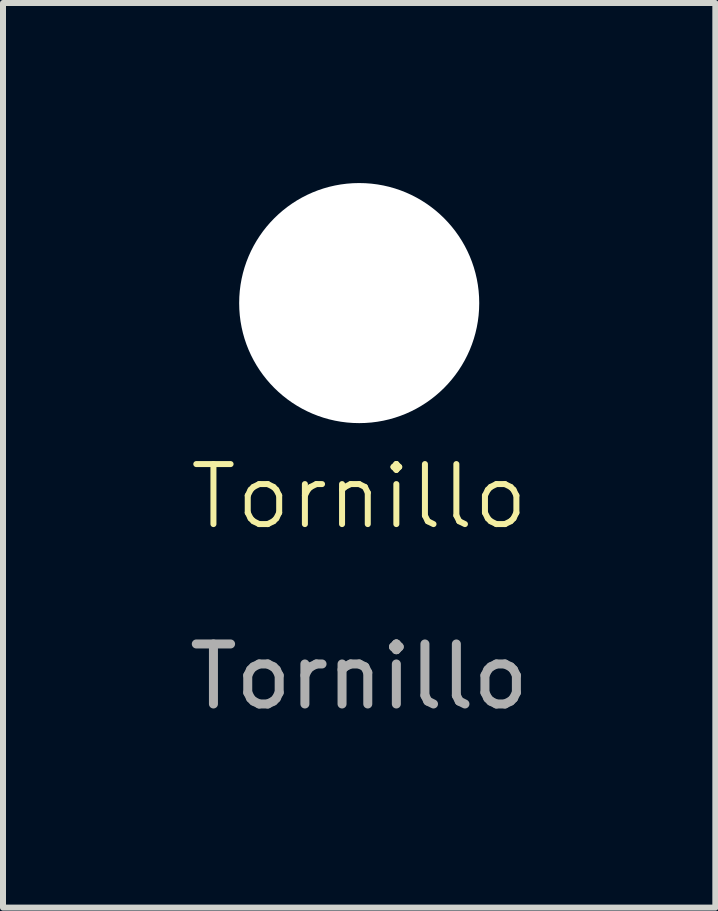
<source format=kicad_pcb>
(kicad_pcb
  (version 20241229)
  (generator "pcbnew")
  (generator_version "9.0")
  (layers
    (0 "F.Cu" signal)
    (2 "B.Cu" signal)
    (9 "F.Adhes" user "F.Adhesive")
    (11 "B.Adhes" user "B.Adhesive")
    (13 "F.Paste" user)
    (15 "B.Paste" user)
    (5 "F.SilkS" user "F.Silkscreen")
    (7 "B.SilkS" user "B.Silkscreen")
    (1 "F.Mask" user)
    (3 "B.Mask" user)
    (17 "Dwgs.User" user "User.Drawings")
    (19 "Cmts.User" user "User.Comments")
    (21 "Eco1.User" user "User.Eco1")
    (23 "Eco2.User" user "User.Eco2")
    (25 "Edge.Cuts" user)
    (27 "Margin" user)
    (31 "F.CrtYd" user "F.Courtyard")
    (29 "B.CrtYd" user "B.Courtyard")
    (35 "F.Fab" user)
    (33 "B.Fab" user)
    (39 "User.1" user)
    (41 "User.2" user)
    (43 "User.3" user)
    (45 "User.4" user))
  (footprint "Tornillo"
    (layer "F.Cu")
    (at 2.935 5.725)
    (property "Reference" "Tornillo" (at 0 -0.5 0) (unlocked yes) (layer "F.SilkS") (effects (font (size 1 1) (thickness 0.1))))
    (attr smd)
    (fp_text user "${REFERENCE}" (at 0 2.5 0) (unlocked yes) (layer "F.Fab") (effects (font (size 1 1) (thickness 0.15))))
    (pad "" np_thru_hole circle (at 0 -3.725) (size 4 4) (drill 4) (layers "*.Cu" "*.Mask")))
  (gr_rect
    (start -3 -3)
    (end 8.869 12.073)
    (stroke (width 0.1) (type default))
    (fill no)
    (layer "Edge.Cuts")))
</source>
